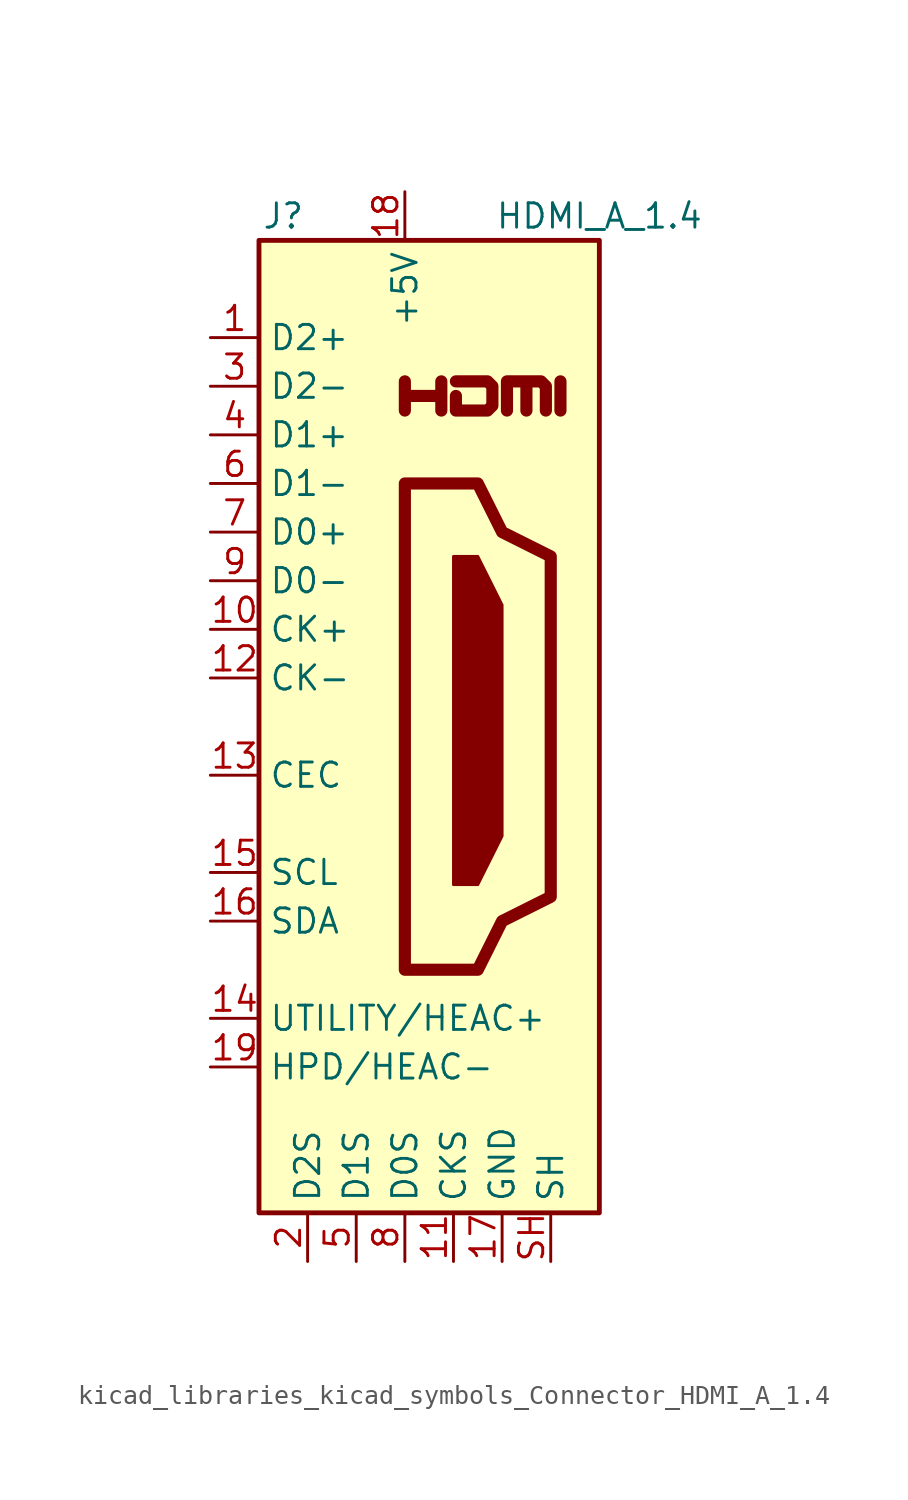
<source format=kicad_sym>
(kicad_symbol_lib
  (version 20220914)
  (generator kicad_symbol_editor)
  (symbol "kicad_libraries_kicad_symbols_Connector_HDMI_A_1.4"
    (property "Reference" "J"
      (at -6.35 26.67 0)
      (effects (font (size 1.27 1.27))))
    (property "Value" "HDMI_A_1.4"
      (at 10.16 26.67 0)
      (effects (font (size 1.27 1.27))))
    (symbol "kicad_libraries_kicad_symbols_Connector_HDMI_A_1.4_0_0"
      (polyline (pts (xy 8.128 16.51) (xy 8.128 18.034)) (stroke (width 0.635) (type default)) (fill (type none)))
      (polyline (pts (xy 0 16.51) (xy 0 18.034) (xy 0 17.272) (xy 1.905 17.272) (xy 1.905 18.034) (xy 1.905 16.51)) (stroke (width 0.635) (type default)) (fill (type none)))
      (polyline (pts (xy 2.667 18.034) (xy 4.318 18.034) (xy 4.572 17.78) (xy 4.572 16.764) (xy 4.318 16.51) (xy 2.667 16.51) (xy 2.667 17.272)) (stroke (width 0.635) (type default)) (fill (type none))))
    (symbol "kicad_libraries_kicad_symbols_Connector_HDMI_A_1.4_0_1"
      (rectangle (start -7.62 25.4) (end 10.16 -25.4) (stroke (width 0.254) (type default)) (fill (type background)))
      (polyline (pts (xy 2.54 8.89) (xy 3.81 8.89) (xy 5.08 6.35) (xy 5.08 -5.715) (xy 3.81 -8.255) (xy 2.54 -8.255) (xy 2.54 8.89)) (stroke (width 0) (type default)) (fill (type outline)))
      (polyline (pts (xy 5.334 16.51) (xy 5.334 18.034) (xy 6.35 18.034) (xy 6.35 16.51) (xy 6.35 18.034) (xy 7.112 18.034) (xy 7.366 17.78) (xy 7.366 16.51)) (stroke (width 0.635) (type default)) (fill (type none)))
      (polyline (pts (xy 0 12.7) (xy 0 -12.7) (xy 3.81 -12.7) (xy 5.08 -10.16) (xy 7.62 -8.89) (xy 7.62 8.89) (xy 5.08 10.16) (xy 3.81 12.7) (xy 0 12.7)) (stroke (width 0.635) (type default)) (fill (type none))))
    (symbol "kicad_libraries_kicad_symbols_Connector_HDMI_A_1.4_1_1"
      (pin passive line (at -10.16 20.32 0) (length 2.54) (name "D2+" (effects (font (size 1.27 1.27)))) (number "1" (effects (font (size 1.27 1.27)))))
      (pin passive line (at -10.16 5.08 0) (length 2.54) (name "CK+" (effects (font (size 1.27 1.27)))) (number "10" (effects (font (size 1.27 1.27)))))
      (pin power_in line (at 2.54 -27.94 90) (length 2.54) (name "CKS" (effects (font (size 1.27 1.27)))) (number "11" (effects (font (size 1.27 1.27)))))
      (pin passive line (at -10.16 2.54 0) (length 2.54) (name "CK-" (effects (font (size 1.27 1.27)))) (number "12" (effects (font (size 1.27 1.27)))))
      (pin bidirectional line (at -10.16 -2.54 0) (length 2.54) (name "CEC" (effects (font (size 1.27 1.27)))) (number "13" (effects (font (size 1.27 1.27)))))
      (pin passive line (at -10.16 -15.24 0) (length 2.54) (name "UTILITY/HEAC+" (effects (font (size 1.27 1.27)))) (number "14" (effects (font (size 1.27 1.27)))))
      (pin passive line (at -10.16 -7.62 0) (length 2.54) (name "SCL" (effects (font (size 1.27 1.27)))) (number "15" (effects (font (size 1.27 1.27)))))
      (pin bidirectional line (at -10.16 -10.16 0) (length 2.54) (name "SDA" (effects (font (size 1.27 1.27)))) (number "16" (effects (font (size 1.27 1.27)))))
      (pin power_in line (at 5.08 -27.94 90) (length 2.54) (name "GND" (effects (font (size 1.27 1.27)))) (number "17" (effects (font (size 1.27 1.27)))))
      (pin power_in line (at 0 27.94 270) (length 2.54) (name "+5V" (effects (font (size 1.27 1.27)))) (number "18" (effects (font (size 1.27 1.27)))))
      (pin passive line (at -10.16 -17.78 0) (length 2.54) (name "HPD/HEAC-" (effects (font (size 1.27 1.27)))) (number "19" (effects (font (size 1.27 1.27)))))
      (pin power_in line (at -5.08 -27.94 90) (length 2.54) (name "D2S" (effects (font (size 1.27 1.27)))) (number "2" (effects (font (size 1.27 1.27)))))
      (pin passive line (at -10.16 17.78 0) (length 2.54) (name "D2-" (effects (font (size 1.27 1.27)))) (number "3" (effects (font (size 1.27 1.27)))))
      (pin passive line (at -10.16 15.24 0) (length 2.54) (name "D1+" (effects (font (size 1.27 1.27)))) (number "4" (effects (font (size 1.27 1.27)))))
      (pin power_in line (at -2.54 -27.94 90) (length 2.54) (name "D1S" (effects (font (size 1.27 1.27)))) (number "5" (effects (font (size 1.27 1.27)))))
      (pin passive line (at -10.16 12.7 0) (length 2.54) (name "D1-" (effects (font (size 1.27 1.27)))) (number "6" (effects (font (size 1.27 1.27)))))
      (pin passive line (at -10.16 10.16 0) (length 2.54) (name "D0+" (effects (font (size 1.27 1.27)))) (number "7" (effects (font (size 1.27 1.27)))))
      (pin power_in line (at 0 -27.94 90) (length 2.54) (name "D0S" (effects (font (size 1.27 1.27)))) (number "8" (effects (font (size 1.27 1.27)))))
      (pin passive line (at -10.16 7.62 0) (length 2.54) (name "D0-" (effects (font (size 1.27 1.27)))) (number "9" (effects (font (size 1.27 1.27)))))
      (pin passive line (at 7.62 -27.94 90) (length 2.54) (name "SH" (effects (font (size 1.27 1.27)))) (number "SH" (effects (font (size 1.27 1.27))))))))
</source>
